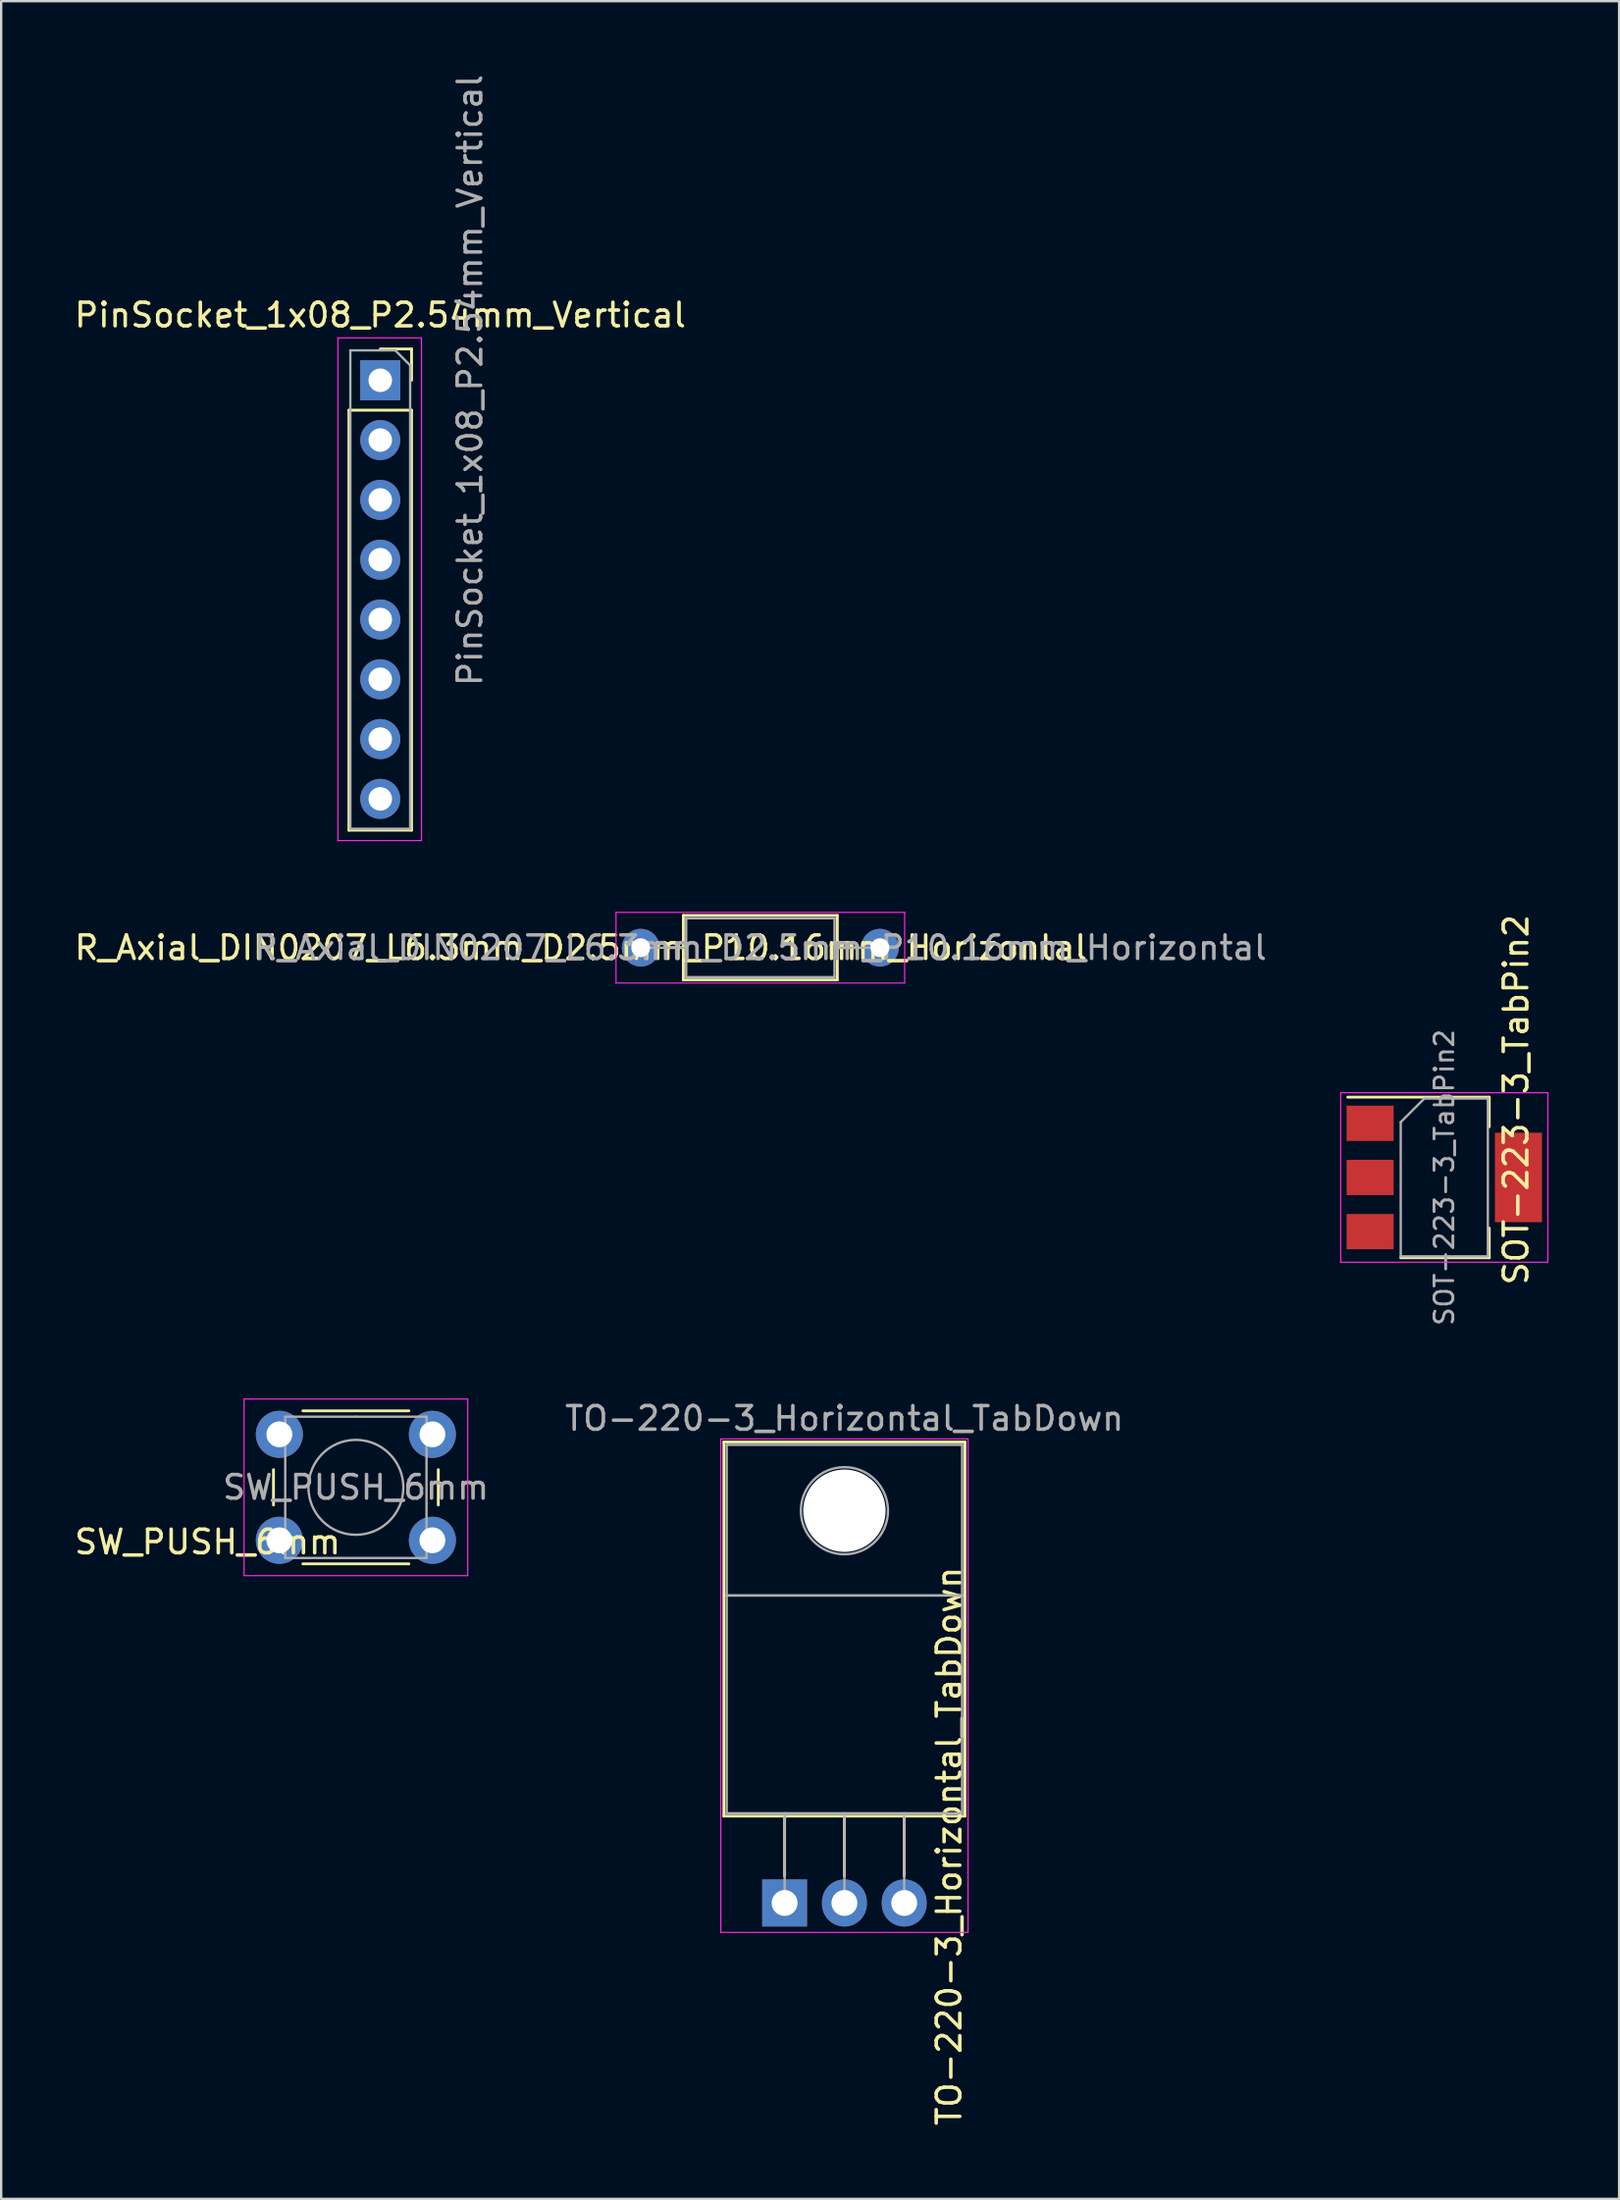
<source format=kicad_pcb>
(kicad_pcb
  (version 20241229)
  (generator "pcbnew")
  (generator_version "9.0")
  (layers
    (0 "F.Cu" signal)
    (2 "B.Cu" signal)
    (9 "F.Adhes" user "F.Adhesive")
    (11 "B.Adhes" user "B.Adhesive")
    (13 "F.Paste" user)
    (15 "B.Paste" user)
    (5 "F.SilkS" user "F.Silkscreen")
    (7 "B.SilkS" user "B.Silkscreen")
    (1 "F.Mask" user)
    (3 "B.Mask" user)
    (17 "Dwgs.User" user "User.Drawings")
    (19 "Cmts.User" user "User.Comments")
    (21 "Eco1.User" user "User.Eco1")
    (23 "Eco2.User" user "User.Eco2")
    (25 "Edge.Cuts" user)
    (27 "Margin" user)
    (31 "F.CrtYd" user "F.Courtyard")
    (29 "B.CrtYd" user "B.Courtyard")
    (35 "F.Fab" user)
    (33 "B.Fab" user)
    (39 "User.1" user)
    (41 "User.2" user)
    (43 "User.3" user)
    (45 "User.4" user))
  (footprint "SW_PUSH_6mm"
    (layer "F.Cu")
    (at 8.816 57.871)
    (property "Reference" "SW_PUSH_6mm" (at -3.048 4.572 180) (layer "F.SilkS") (effects (font (size 1 1) (thickness 0.15))))
    (attr through_hole)
    (fp_line (start -0.25 1.5) (end -0.25 3) (stroke (width 0.12) (type solid)) (layer "F.SilkS"))
    (fp_line (start 1 5.5) (end 5.5 5.5) (stroke (width 0.12) (type solid)) (layer "F.SilkS"))
    (fp_line (start 5.5 -1) (end 1 -1) (stroke (width 0.12) (type solid)) (layer "F.SilkS"))
    (fp_line (start 6.75 3) (end 6.75 1.5) (stroke (width 0.12) (type solid)) (layer "F.SilkS"))
    (fp_line (start -1.5 -1.5) (end -1.25 -1.5) (stroke (width 0.05) (type solid)) (layer "F.CrtYd"))
    (fp_line (start -1.5 -1.25) (end -1.5 -1.5) (stroke (width 0.05) (type solid)) (layer "F.CrtYd"))
    (fp_line (start -1.5 5.75) (end -1.5 -1.25) (stroke (width 0.05) (type solid)) (layer "F.CrtYd"))
    (fp_line (start -1.5 5.75) (end -1.5 6) (stroke (width 0.05) (type solid)) (layer "F.CrtYd"))
    (fp_line (start -1.5 6) (end -1.25 6) (stroke (width 0.05) (type solid)) (layer "F.CrtYd"))
    (fp_line (start -1.25 -1.5) (end 7.75 -1.5) (stroke (width 0.05) (type solid)) (layer "F.CrtYd"))
    (fp_line (start 7.75 -1.5) (end 8 -1.5) (stroke (width 0.05) (type solid)) (layer "F.CrtYd"))
    (fp_line (start 7.75 6) (end -1.25 6) (stroke (width 0.05) (type solid)) (layer "F.CrtYd"))
    (fp_line (start 7.75 6) (end 8 6) (stroke (width 0.05) (type solid)) (layer "F.CrtYd"))
    (fp_line (start 8 -1.5) (end 8 -1.25) (stroke (width 0.05) (type solid)) (layer "F.CrtYd"))
    (fp_line (start 8 -1.25) (end 8 5.75) (stroke (width 0.05) (type solid)) (layer "F.CrtYd"))
    (fp_line (start 8 6) (end 8 5.75) (stroke (width 0.05) (type solid)) (layer "F.CrtYd"))
    (fp_line (start 0.25 -0.75) (end 3.25 -0.75) (stroke (width 0.1) (type solid)) (layer "F.Fab"))
    (fp_line (start 0.25 5.25) (end 0.25 -0.75) (stroke (width 0.1) (type solid)) (layer "F.Fab"))
    (fp_line (start 3.25 -0.75) (end 6.25 -0.75) (stroke (width 0.1) (type solid)) (layer "F.Fab"))
    (fp_line (start 6.25 -0.75) (end 6.25 5.25) (stroke (width 0.1) (type solid)) (layer "F.Fab"))
    (fp_line (start 6.25 5.25) (end 0.25 5.25) (stroke (width 0.1) (type solid)) (layer "F.Fab"))
    (fp_circle (center 3.25 2.25) (end 1.25 2.5) (stroke (width 0.1) (type solid)) (fill no) (layer "F.Fab"))
    (fp_text user "${REFERENCE}" (at 3.25 2.25 180) (layer "F.Fab") (effects (font (size 1 1) (thickness 0.15))))
    (pad "1" thru_hole circle (at 0 0 90) (size 2 2) (drill 1.1) (layers "*.Cu" "*.Mask"))
    (pad "2" thru_hole circle (at 0 4.5 90) (size 2 2) (drill 1.1) (layers "*.Cu" "*.Mask"))
    (pad "3" thru_hole circle (at 6.5 0 90) (size 2 2) (drill 1.1) (layers "*.Cu" "*.Mask"))
    (pad "4" thru_hole circle (at 6.5 4.5 90) (size 2 2) (drill 1.1) (layers "*.Cu" "*.Mask")))
  (footprint "SOT-223-3_TabPin2"
    (layer "F.Cu")
    (at 58.295 46.96)
    (property "Reference" "SOT-223-3_TabPin2" (at 3.048 -3.302 90) (layer "F.SilkS") (effects (font (size 1 1) (thickness 0.15))))
    (attr smd)
    (fp_line (start -4.1 -3.41) (end 1.91 -3.41) (stroke (width 0.12) (type solid)) (layer "F.SilkS"))
    (fp_line (start -1.85 3.41) (end 1.91 3.41) (stroke (width 0.12) (type solid)) (layer "F.SilkS"))
    (fp_line (start 1.91 -3.41) (end 1.91 -2.15) (stroke (width 0.12) (type solid)) (layer "F.SilkS"))
    (fp_line (start 1.91 3.41) (end 1.91 2.15) (stroke (width 0.12) (type solid)) (layer "F.SilkS"))
    (fp_line (start -4.4 -3.6) (end -4.4 3.6) (stroke (width 0.05) (type solid)) (layer "F.CrtYd"))
    (fp_line (start -4.4 3.6) (end 4.4 3.6) (stroke (width 0.05) (type solid)) (layer "F.CrtYd"))
    (fp_line (start 4.4 -3.6) (end -4.4 -3.6) (stroke (width 0.05) (type solid)) (layer "F.CrtYd"))
    (fp_line (start 4.4 3.6) (end 4.4 -3.6) (stroke (width 0.05) (type solid)) (layer "F.CrtYd"))
    (fp_line (start -1.85 -2.35) (end -1.85 3.35) (stroke (width 0.1) (type solid)) (layer "F.Fab"))
    (fp_line (start -1.85 -2.35) (end -0.85 -3.35) (stroke (width 0.1) (type solid)) (layer "F.Fab"))
    (fp_line (start -1.85 3.35) (end 1.85 3.35) (stroke (width 0.1) (type solid)) (layer "F.Fab"))
    (fp_line (start -0.85 -3.35) (end 1.85 -3.35) (stroke (width 0.1) (type solid)) (layer "F.Fab"))
    (fp_line (start 1.85 -3.35) (end 1.85 3.35) (stroke (width 0.1) (type solid)) (layer "F.Fab"))
    (fp_text user "${REFERENCE}" (at 0 0 270) (layer "F.Fab") (effects (font (size 0.8 0.8) (thickness 0.12))))
    (pad "1" smd rect (at -3.15 -2.3) (size 2 1.5) (layers "F.Cu" "F.Mask" "F.Paste"))
    (pad "2" smd rect (at -3.15 0) (size 2 1.5) (layers "F.Cu" "F.Mask" "F.Paste"))
    (pad "2" smd rect (at 3.15 0) (size 2 3.8) (layers "F.Cu" "F.Mask" "F.Paste"))
    (pad "3" smd rect (at -3.15 2.3) (size 2 1.5) (layers "F.Cu" "F.Mask" "F.Paste")))
  (footprint "R_Axial_DIN0207_L6.3mm_D2.5mm_P10.16mm_Horizontal"
    (layer "F.Cu")
    (at 24.165 37.201)
    (property "Reference" "R_Axial_DIN0207_L6.3mm_D2.5mm_P10.16mm_Horizontal" (at -2.54 0 180) (layer "F.SilkS") (effects (font (size 1 1) (thickness 0.15))))
    (attr through_hole)
    (fp_line (start 1.04 0) (end 1.81 0) (stroke (width 0.12) (type solid)) (layer "F.SilkS"))
    (fp_line (start 1.81 -1.37) (end 1.81 1.37) (stroke (width 0.12) (type solid)) (layer "F.SilkS"))
    (fp_line (start 1.81 1.37) (end 8.35 1.37) (stroke (width 0.12) (type solid)) (layer "F.SilkS"))
    (fp_line (start 8.35 -1.37) (end 1.81 -1.37) (stroke (width 0.12) (type solid)) (layer "F.SilkS"))
    (fp_line (start 8.35 1.37) (end 8.35 -1.37) (stroke (width 0.12) (type solid)) (layer "F.SilkS"))
    (fp_line (start 9.12 0) (end 8.35 0) (stroke (width 0.12) (type solid)) (layer "F.SilkS"))
    (fp_line (start -1.05 -1.5) (end -1.05 1.5) (stroke (width 0.05) (type solid)) (layer "F.CrtYd"))
    (fp_line (start -1.05 1.5) (end 11.21 1.5) (stroke (width 0.05) (type solid)) (layer "F.CrtYd"))
    (fp_line (start 11.21 -1.5) (end -1.05 -1.5) (stroke (width 0.05) (type solid)) (layer "F.CrtYd"))
    (fp_line (start 11.21 1.5) (end 11.21 -1.5) (stroke (width 0.05) (type solid)) (layer "F.CrtYd"))
    (fp_line (start 0 0) (end 1.93 0) (stroke (width 0.1) (type solid)) (layer "F.Fab"))
    (fp_line (start 1.93 -1.25) (end 1.93 1.25) (stroke (width 0.1) (type solid)) (layer "F.Fab"))
    (fp_line (start 1.93 1.25) (end 8.23 1.25) (stroke (width 0.1) (type solid)) (layer "F.Fab"))
    (fp_line (start 8.23 -1.25) (end 1.93 -1.25) (stroke (width 0.1) (type solid)) (layer "F.Fab"))
    (fp_line (start 8.23 1.25) (end 8.23 -1.25) (stroke (width 0.1) (type solid)) (layer "F.Fab"))
    (fp_line (start 10.16 0) (end 8.23 0) (stroke (width 0.1) (type solid)) (layer "F.Fab"))
    (fp_text user "${REFERENCE}" (at 5.08 0 180) (layer "F.Fab") (effects (font (size 1 1) (thickness 0.15))))
    (pad "1" thru_hole circle (at 0 0) (size 1.6 1.6) (drill 0.8) (layers "*.Cu" "*.Mask"))
    (pad "2" thru_hole oval (at 10.16 0) (size 1.6 1.6) (drill 0.8) (layers "*.Cu" "*.Mask")))
  (footprint "TO-220-3_Horizontal_TabDown"
    (layer "F.Cu")
    (at 30.276 77.774)
    (property "Reference" "TO-220-3_Horizontal_TabDown" (at 6.985 -2.413 90) (layer "F.SilkS") (effects (font (size 1 1) (thickness 0.15))))
    (attr through_hole)
    (fp_line (start -2.58 -19.58) (end -2.58 -3.69) (stroke (width 0.12) (type solid)) (layer "F.SilkS"))
    (fp_line (start -2.58 -19.58) (end 7.66 -19.58) (stroke (width 0.12) (type solid)) (layer "F.SilkS"))
    (fp_line (start -2.58 -3.69) (end 7.66 -3.69) (stroke (width 0.12) (type solid)) (layer "F.SilkS"))
    (fp_line (start 0 -3.69) (end 0 -1.15) (stroke (width 0.12) (type solid)) (layer "F.SilkS"))
    (fp_line (start 2.54 -3.69) (end 2.54 -1.15) (stroke (width 0.12) (type solid)) (layer "F.SilkS"))
    (fp_line (start 5.08 -3.69) (end 5.08 -1.15) (stroke (width 0.12) (type solid)) (layer "F.SilkS"))
    (fp_line (start 7.66 -19.58) (end 7.66 -3.69) (stroke (width 0.12) (type solid)) (layer "F.SilkS"))
    (fp_line (start -2.71 -19.71) (end -2.71 1.25) (stroke (width 0.05) (type solid)) (layer "F.CrtYd"))
    (fp_line (start -2.71 1.25) (end 7.79 1.25) (stroke (width 0.05) (type solid)) (layer "F.CrtYd"))
    (fp_line (start 7.79 -19.71) (end -2.71 -19.71) (stroke (width 0.05) (type solid)) (layer "F.CrtYd"))
    (fp_line (start 7.79 1.25) (end 7.79 -19.71) (stroke (width 0.05) (type solid)) (layer "F.CrtYd"))
    (fp_line (start -2.46 -19.46) (end 7.54 -19.46) (stroke (width 0.1) (type solid)) (layer "F.Fab"))
    (fp_line (start -2.46 -13.06) (end -2.46 -19.46) (stroke (width 0.1) (type solid)) (layer "F.Fab"))
    (fp_line (start -2.46 -13.06) (end 7.54 -13.06) (stroke (width 0.1) (type solid)) (layer "F.Fab"))
    (fp_line (start -2.46 -3.81) (end -2.46 -13.06) (stroke (width 0.1) (type solid)) (layer "F.Fab"))
    (fp_line (start 0 -3.81) (end 0 0) (stroke (width 0.1) (type solid)) (layer "F.Fab"))
    (fp_line (start 2.54 -3.81) (end 2.54 0) (stroke (width 0.1) (type solid)) (layer "F.Fab"))
    (fp_line (start 5.08 -3.81) (end 5.08 0) (stroke (width 0.1) (type solid)) (layer "F.Fab"))
    (fp_line (start 7.54 -19.46) (end 7.54 -13.06) (stroke (width 0.1) (type solid)) (layer "F.Fab"))
    (fp_line (start 7.54 -13.06) (end -2.46 -13.06) (stroke (width 0.1) (type solid)) (layer "F.Fab"))
    (fp_line (start 7.54 -13.06) (end 7.54 -3.81) (stroke (width 0.1) (type solid)) (layer "F.Fab"))
    (fp_line (start 7.54 -3.81) (end -2.46 -3.81) (stroke (width 0.1) (type solid)) (layer "F.Fab"))
    (fp_circle (center 2.54 -16.66) (end 4.39 -16.66) (stroke (width 0.1) (type solid)) (fill no) (layer "F.Fab"))
    (fp_text user "${REFERENCE}" (at 2.54 -20.58 0) (layer "F.Fab") (effects (font (size 1 1) (thickness 0.15))))
    (pad "" np_thru_hole oval (at 2.54 -16.66) (size 3.5 3.5) (drill 3.5) (layers "*.Cu" "*.Mask"))
    (pad "1" thru_hole rect (at 0 0) (size 1.905 2) (drill 1.1) (layers "*.Cu" "*.Mask"))
    (pad "2" thru_hole oval (at 2.54 0) (size 1.905 2) (drill 1.1) (layers "*.Cu" "*.Mask"))
    (pad "3" thru_hole oval (at 5.08 0) (size 1.905 2) (drill 1.1) (layers "*.Cu" "*.Mask")))
  (footprint "PinSocket_1x08_P2.54mm_Vertical"
    (layer "F.Cu")
    (at 13.101 13.101)
    (property "Reference" "PinSocket_1x08_P2.54mm_Vertical" (at 0 -2.77 0) (layer "F.SilkS") (effects (font (size 1 1) (thickness 0.15))))
    (attr through_hole)
    (fp_line (start -1.33 1.27) (end -1.33 19.11) (stroke (width 0.12) (type solid)) (layer "F.SilkS"))
    (fp_line (start -1.33 1.27) (end 1.33 1.27) (stroke (width 0.12) (type solid)) (layer "F.SilkS"))
    (fp_line (start -1.33 19.11) (end 1.33 19.11) (stroke (width 0.12) (type solid)) (layer "F.SilkS"))
    (fp_line (start 0 -1.33) (end 1.33 -1.33) (stroke (width 0.12) (type solid)) (layer "F.SilkS"))
    (fp_line (start 1.33 -1.33) (end 1.33 0) (stroke (width 0.12) (type solid)) (layer "F.SilkS"))
    (fp_line (start 1.33 1.27) (end 1.33 19.11) (stroke (width 0.12) (type solid)) (layer "F.SilkS"))
    (fp_line (start -1.8 -1.8) (end 1.75 -1.8) (stroke (width 0.05) (type solid)) (layer "F.CrtYd"))
    (fp_line (start -1.8 19.55) (end -1.8 -1.8) (stroke (width 0.05) (type solid)) (layer "F.CrtYd"))
    (fp_line (start 1.75 -1.8) (end 1.75 19.55) (stroke (width 0.05) (type solid)) (layer "F.CrtYd"))
    (fp_line (start 1.75 19.55) (end -1.8 19.55) (stroke (width 0.05) (type solid)) (layer "F.CrtYd"))
    (fp_line (start -1.27 -1.27) (end 0.635 -1.27) (stroke (width 0.1) (type solid)) (layer "F.Fab"))
    (fp_line (start -1.27 19.05) (end -1.27 -1.27) (stroke (width 0.1) (type solid)) (layer "F.Fab"))
    (fp_line (start 0.635 -1.27) (end 1.27 -0.635) (stroke (width 0.1) (type solid)) (layer "F.Fab"))
    (fp_line (start 1.27 -0.635) (end 1.27 19.05) (stroke (width 0.1) (type solid)) (layer "F.Fab"))
    (fp_line (start 1.27 19.05) (end -1.27 19.05) (stroke (width 0.1) (type solid)) (layer "F.Fab"))
    (fp_text user "${REFERENCE}" (at 3.81 0 270) (layer "F.Fab") (effects (font (size 1 1) (thickness 0.15))))
    (pad "1" thru_hole rect (at 0 0) (size 1.7 1.7) (drill 1) (layers "*.Cu" "*.Mask"))
    (pad "2" thru_hole oval (at 0 2.54) (size 1.7 1.7) (drill 1) (layers "*.Cu" "*.Mask"))
    (pad "3" thru_hole oval (at 0 5.08) (size 1.7 1.7) (drill 1) (layers "*.Cu" "*.Mask"))
    (pad "4" thru_hole oval (at 0 7.62) (size 1.7 1.7) (drill 1) (layers "*.Cu" "*.Mask"))
    (pad "5" thru_hole oval (at 0 10.16) (size 1.7 1.7) (drill 1) (layers "*.Cu" "*.Mask"))
    (pad "6" thru_hole oval (at 0 12.7) (size 1.7 1.7) (drill 1) (layers "*.Cu" "*.Mask"))
    (pad "7" thru_hole oval (at 0 15.24) (size 1.7 1.7) (drill 1) (layers "*.Cu" "*.Mask"))
    (pad "8" thru_hole oval (at 0 17.78) (size 1.7 1.7) (drill 1) (layers "*.Cu" "*.Mask")))
  (gr_rect
    (start -3 -3)
    (end 65.72 90.343)
    (stroke (width 0.1) (type default))
    (fill no)
    (layer "Edge.Cuts")))
</source>
